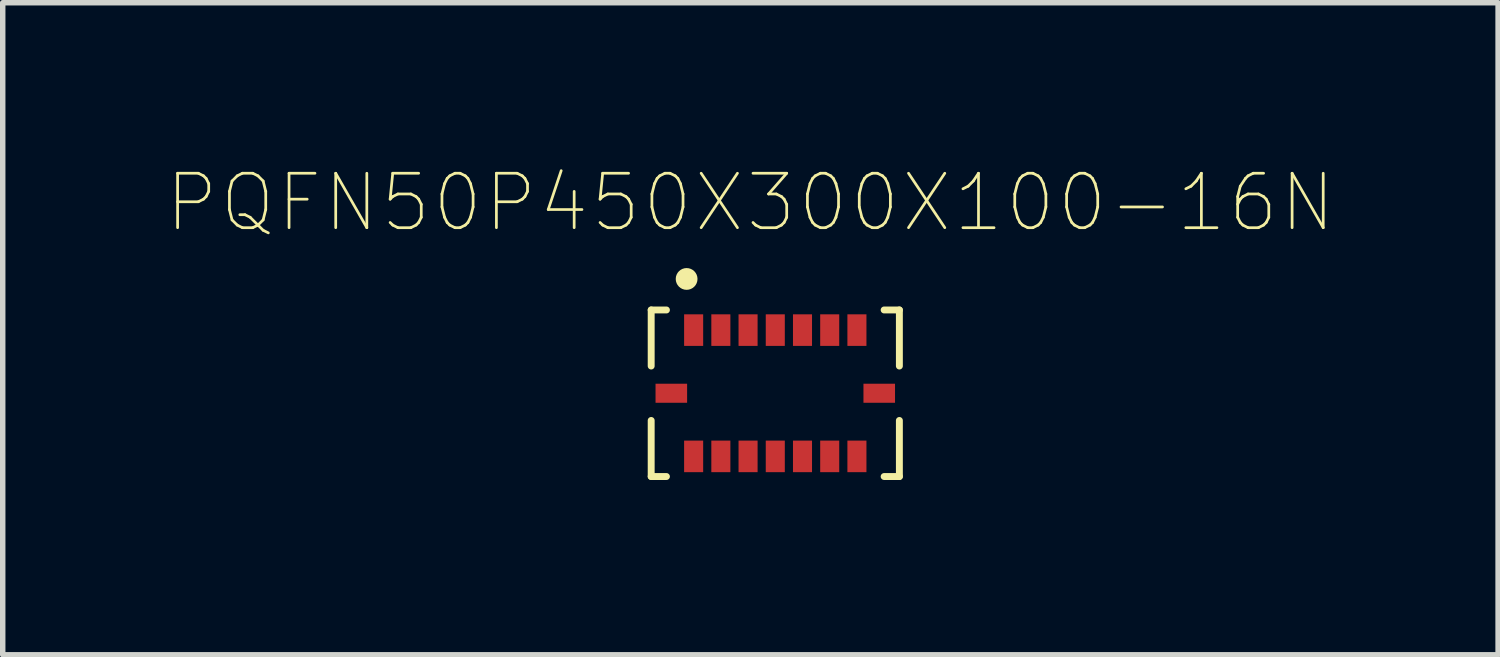
<source format=kicad_pcb>
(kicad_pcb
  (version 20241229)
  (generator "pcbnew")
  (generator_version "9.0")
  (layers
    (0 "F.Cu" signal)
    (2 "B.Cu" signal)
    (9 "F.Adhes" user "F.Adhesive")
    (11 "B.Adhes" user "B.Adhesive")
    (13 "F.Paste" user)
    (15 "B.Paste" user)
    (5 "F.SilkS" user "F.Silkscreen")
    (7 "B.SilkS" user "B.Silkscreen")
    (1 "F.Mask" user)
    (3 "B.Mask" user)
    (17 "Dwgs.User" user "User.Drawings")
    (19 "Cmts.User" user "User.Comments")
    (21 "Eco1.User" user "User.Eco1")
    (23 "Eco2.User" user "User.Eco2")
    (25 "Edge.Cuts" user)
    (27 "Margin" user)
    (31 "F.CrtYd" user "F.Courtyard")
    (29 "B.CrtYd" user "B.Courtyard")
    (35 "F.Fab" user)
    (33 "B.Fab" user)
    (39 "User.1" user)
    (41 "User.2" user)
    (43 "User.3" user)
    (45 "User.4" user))
  (footprint "PQFN50P450X300X100-16N"
    (layer "F.Cu")
    (at 11.194 4.175)
    (property "Reference" "PQFN50P450X300X100-16N" (at -0.457 -3.502 0) (layer "F.SilkS") (effects (font (size 1 1) (thickness 0.05))))
    (attr smd)
    (fp_line (start -2.28 -1.53) (end -2 -1.53) (stroke (width 0.127) (type solid)) (layer "F.SilkS"))
    (fp_line (start -2.28 -0.5) (end -2.28 -1.53) (stroke (width 0.127) (type solid)) (layer "F.SilkS"))
    (fp_line (start -2.28 1.53) (end -2.28 0.5) (stroke (width 0.127) (type solid)) (layer "F.SilkS"))
    (fp_line (start -2 1.53) (end -2.28 1.53) (stroke (width 0.127) (type solid)) (layer "F.SilkS"))
    (fp_line (start 2.28 -1.53) (end 2 -1.53) (stroke (width 0.127) (type solid)) (layer "F.SilkS"))
    (fp_line (start 2.28 -0.5) (end 2.28 -1.53) (stroke (width 0.127) (type solid)) (layer "F.SilkS"))
    (fp_line (start 2.28 0.5) (end 2.28 1.53) (stroke (width 0.127) (type solid)) (layer "F.SilkS"))
    (fp_line (start 2.28 1.53) (end 2 1.53) (stroke (width 0.127) (type solid)) (layer "F.SilkS"))
    (fp_circle (center -1.629 -2.1) (end -1.529 -2.1) (stroke (width 0.2) (type solid)) (fill no) (layer "F.SilkS"))
    (fp_line (start -2.53 -1.78) (end 2.53 -1.78) (stroke (width 0.05) (type solid)) (layer "Eco1.User"))
    (fp_line (start -2.53 1.78) (end -2.53 -1.78) (stroke (width 0.05) (type solid)) (layer "Eco1.User"))
    (fp_line (start 2.53 -1.78) (end 2.53 1.78) (stroke (width 0.05) (type solid)) (layer "Eco1.User"))
    (fp_line (start 2.53 1.78) (end -2.53 1.78) (stroke (width 0.05) (type solid)) (layer "Eco1.User"))
    (fp_line (start -2.28 -1.53) (end 2.28 -1.53) (stroke (width 0.127) (type solid)) (layer "Eco2.User"))
    (fp_line (start -2.28 1.53) (end -2.28 -1.53) (stroke (width 0.127) (type solid)) (layer "Eco2.User"))
    (fp_line (start 2.28 -1.53) (end 2.28 1.53) (stroke (width 0.127) (type solid)) (layer "Eco2.User"))
    (fp_line (start 2.28 1.53) (end -2.28 1.53) (stroke (width 0.127) (type solid)) (layer "Eco2.User"))
    (fp_circle (center -1.629 -2.1) (end -1.529 -2.1) (stroke (width 0.2) (type solid)) (fill no) (layer "Eco2.User"))
    (pad "1" smd rect (at -1.5 -1.16 270) (size 0.58 0.35) (layers "F.Cu" "F.Mask" "F.Paste"))
    (pad "2" smd rect (at -1 -1.16 270) (size 0.58 0.35) (layers "F.Cu" "F.Mask" "F.Paste"))
    (pad "3" smd rect (at -0.5 -1.16 270) (size 0.58 0.35) (layers "F.Cu" "F.Mask" "F.Paste"))
    (pad "4" smd rect (at 0 -1.16 270) (size 0.58 0.35) (layers "F.Cu" "F.Mask" "F.Paste"))
    (pad "5" smd rect (at 0.5 -1.16 270) (size 0.58 0.35) (layers "F.Cu" "F.Mask" "F.Paste"))
    (pad "6" smd rect (at 1 -1.16 270) (size 0.58 0.35) (layers "F.Cu" "F.Mask" "F.Paste"))
    (pad "7" smd rect (at 1.5 -1.16 270) (size 0.58 0.35) (layers "F.Cu" "F.Mask" "F.Paste"))
    (pad "8" smd rect (at 1.91 0 180) (size 0.58 0.35) (layers "F.Cu" "F.Mask" "F.Paste"))
    (pad "9" smd rect (at 1.5 1.16 90) (size 0.58 0.35) (layers "F.Cu" "F.Mask" "F.Paste"))
    (pad "10" smd rect (at 1 1.16 90) (size 0.58 0.35) (layers "F.Cu" "F.Mask" "F.Paste"))
    (pad "11" smd rect (at 0.5 1.16 90) (size 0.58 0.35) (layers "F.Cu" "F.Mask" "F.Paste"))
    (pad "12" smd rect (at 0 1.16 90) (size 0.58 0.35) (layers "F.Cu" "F.Mask" "F.Paste"))
    (pad "13" smd rect (at -0.5 1.16 90) (size 0.58 0.35) (layers "F.Cu" "F.Mask" "F.Paste"))
    (pad "14" smd rect (at -1 1.16 90) (size 0.58 0.35) (layers "F.Cu" "F.Mask" "F.Paste"))
    (pad "15" smd rect (at -1.5 1.16 90) (size 0.58 0.35) (layers "F.Cu" "F.Mask" "F.Paste"))
    (pad "16" smd rect (at -1.91 0) (size 0.58 0.35) (layers "F.Cu" "F.Mask" "F.Paste")))
  (gr_rect
    (start -3 -3)
    (end 24.474 8.98)
    (stroke (width 0.1) (type default))
    (fill no)
    (layer "Edge.Cuts")))
</source>
